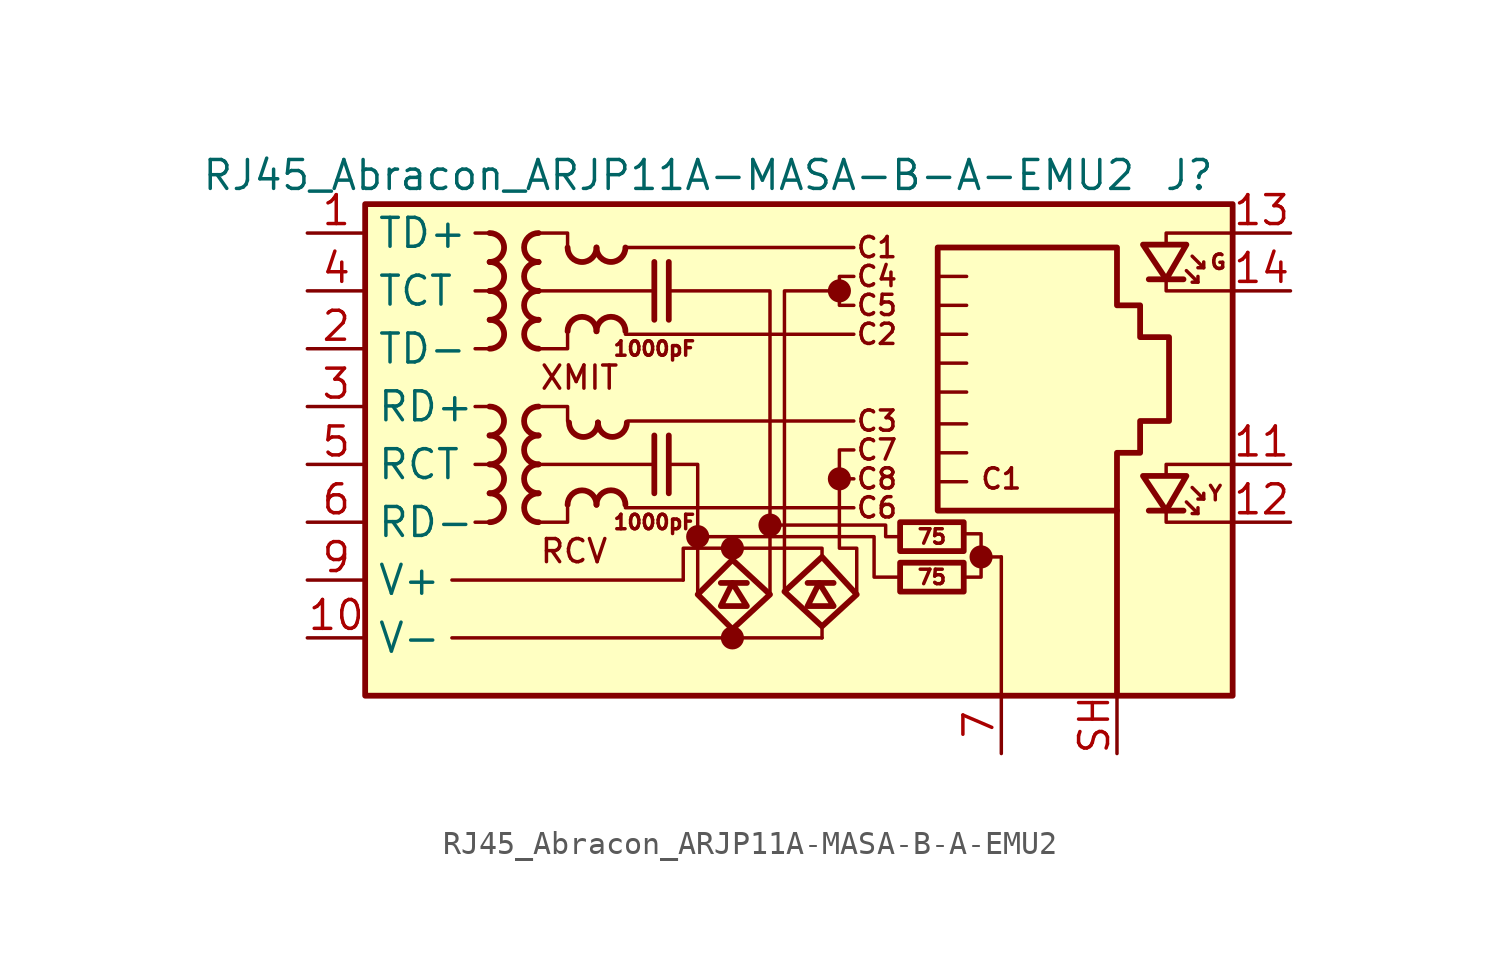
<source format=kicad_sym>
(kicad_symbol_lib
  (version 20241209)
  (generator "kicad_symbol_editor")
  (generator_version "9.0")
  (symbol "RJ45_Abracon_ARJP11A-MASA-B-A-EMU2"
    (property "Reference" "J"
      (at 18.415 12.7 0)
      (effects (font (size 1.27 1.27))))
    (property "Value" "RJ45_Abracon_ARJP11A-MASA-B-A-EMU2"
      (at -4.445 12.7 0)
      (effects (font (size 1.27 1.27))))
    (symbol "RJ45_Abracon_ARJP11A-MASA-B-A-EMU2_0_0"
      (polyline (pts (xy -5.08 8.89) (xy -5.08 6.35)) (stroke (width 0.254) (type default)) (fill (type none)))
      (polyline (pts (xy -5.08 1.27) (xy -5.08 -1.27)) (stroke (width 0.254) (type default)) (fill (type none)))
      (polyline (pts (xy -4.445 8.89) (xy -4.445 6.35)) (stroke (width 0.254) (type default)) (fill (type none)))
      (polyline (pts (xy -4.445 1.27) (xy -4.445 -1.27)) (stroke (width 0.254) (type default)) (fill (type none)))
      (circle (center -3.175 -3.175) (radius 0.0001) (stroke (width 0.508) (type default)) (fill (type none)))
      (circle (center -1.651 -3.683) (radius 0.0001) (stroke (width 0.508) (type default)) (fill (type none)))
      (circle (center -1.651 -7.62) (radius 0.0001) (stroke (width 0.508) (type default)) (fill (type none)))
      (circle (center 0 -2.667) (radius 0.0001) (stroke (width 0.508) (type default)) (fill (type none)))
      (circle (center 3.048 7.62) (radius 0.0001) (stroke (width 0.508) (type default)) (fill (type none)))
      (circle (center 3.048 -0.635) (radius 0.0001) (stroke (width 0.508) (type default)) (fill (type none)))
      (polyline (pts (xy 3.683 8.255) (xy 3.048 8.255) (xy 3.048 6.985) (xy 3.683 6.985)) (stroke (width 0) (type default)) (fill (type none)))
      (polyline (pts (xy 3.683 0.635) (xy 3.048 0.635) (xy 3.048 -0.635) (xy 3.683 -0.635)) (stroke (width 0) (type default)) (fill (type none)))
      (polyline (pts (xy 8.636 -4.953) (xy 9.271 -4.953) (xy 9.271 -3.048) (xy 8.636 -3.048)) (stroke (width 0) (type default)) (fill (type none)))
      (polyline (pts (xy 9.271 -4.064) (xy 10.16 -4.064)) (stroke (width 0) (type default)) (fill (type none)))
      (circle (center 9.271 -4.064) (radius 0.0001) (stroke (width 0.508) (type default)) (fill (type none)))
      (polyline (pts (xy 17.399 9.652) (xy 17.399 10.16) (xy 20.32 10.16)) (stroke (width 0) (type default)) (fill (type none)))
      (polyline (pts (xy 17.399 -0.508) (xy 17.399 0) (xy 20.32 0)) (stroke (width 0) (type default)) (fill (type none)))
      (polyline (pts (xy 20.32 7.62) (xy 17.399 7.62) (xy 17.399 8.128)) (stroke (width 0) (type default)) (fill (type none)))
      (polyline (pts (xy 20.32 -2.54) (xy 17.399 -2.54) (xy 17.399 -2.032)) (stroke (width 0) (type default)) (fill (type none)))
      (text "XMIT" (at -10.16 3.81 0) (effects (font (size 1.016 1.016)) (justify left)))
      (text "RCV" (at -10.16 -3.81 0) (effects (font (size 1.016 1.016)) (justify left)))
      (text "C1" (at 4.699 9.525 0) (effects (font (size 0.889 0.889))))
      (text "C4" (at 4.699 8.255 0) (effects (font (size 0.889 0.889))))
      (text "C5" (at 4.699 6.985 0) (effects (font (size 0.889 0.889))))
      (text "C2" (at 4.699 5.715 0) (effects (font (size 0.889 0.889))))
      (text "C3" (at 4.699 1.905 0) (effects (font (size 0.889 0.889))))
      (text "C7" (at 4.699 0.635 0) (effects (font (size 0.889 0.889))))
      (text "C8" (at 4.699 -0.635 0) (effects (font (size 0.889 0.889))))
      (text "C6" (at 4.699 -1.905 0) (effects (font (size 0.889 0.889))))
      (text "C1" (at 10.16 -0.635 0) (effects (font (size 0.889 0.889)))))
    (symbol "RJ45_Abracon_ARJP11A-MASA-B-A-EMU2_0_1"
      (rectangle (start -17.78 11.43) (end 20.32 -10.16) (stroke (width 0.254) (type default)) (fill (type background)))
      (polyline (pts (xy -12.316 10.16) (xy -12.951 10.16)) (stroke (width 0) (type default)) (fill (type none)))
      (polyline (pts (xy -12.316 7.62) (xy -12.951 7.62)) (stroke (width 0) (type default)) (fill (type none)))
      (polyline (pts (xy -12.316 5.08) (xy -12.951 5.08)) (stroke (width 0) (type default)) (fill (type none)))
      (polyline (pts (xy -12.316 2.54) (xy -12.951 2.54)) (stroke (width 0) (type default)) (fill (type none)))
      (polyline (pts (xy -12.316 0) (xy -12.951 0)) (stroke (width 0) (type default)) (fill (type none)))
      (polyline (pts (xy -12.316 -2.54) (xy -12.951 -2.54)) (stroke (width 0) (type default)) (fill (type none)))
      (polyline (pts (xy -10.16 10.16) (xy -8.89 10.16) (xy -8.89 9.525)) (stroke (width 0) (type default)) (fill (type none)))
      (polyline (pts (xy -10.16 2.54) (xy -8.89 2.54) (xy -8.89 1.905)) (stroke (width 0) (type default)) (fill (type none)))
      (polyline (pts (xy -8.89 5.715) (xy -8.89 5.08) (xy -10.16 5.08)) (stroke (width 0) (type default)) (fill (type none)))
      (polyline (pts (xy -8.89 -1.905) (xy -8.89 -2.54) (xy -10.16 -2.54)) (stroke (width 0) (type default)) (fill (type none)))
      (polyline (pts (xy -6.35 9.525) (xy 3.683 9.525)) (stroke (width 0) (type default)) (fill (type none)))
      (polyline (pts (xy -6.35 5.715) (xy 3.683 5.715)) (stroke (width 0) (type default)) (fill (type none)))
      (polyline (pts (xy -6.35 -1.905) (xy 3.683 -1.905)) (stroke (width 0) (type default)) (fill (type none)))
      (polyline (pts (xy -6.223 1.905) (xy 3.683 1.905)) (stroke (width 0) (type default)) (fill (type none)))
      (polyline (pts (xy -5.08 7.62) (xy -10.16 7.62)) (stroke (width 0) (type default)) (fill (type none)))
      (polyline (pts (xy -5.08 0) (xy -10.16 0)) (stroke (width 0) (type default)) (fill (type none)))
      (polyline (pts (xy -4.445 7.62) (xy 0 7.62) (xy 0 -5.715)) (stroke (width 0) (type default)) (fill (type none)))
      (polyline (pts (xy -4.445 0) (xy -3.175 0) (xy -3.175 -5.715)) (stroke (width 0) (type default)) (fill (type none)))
      (polyline (pts (xy 7.366 5.715) (xy 8.636 5.715)) (stroke (width 0) (type default)) (fill (type none)))
      (polyline (pts (xy 7.366 4.445) (xy 8.636 4.445)) (stroke (width 0) (type default)) (fill (type none)))
      (polyline (pts (xy 7.366 3.175) (xy 8.636 3.175)) (stroke (width 0) (type default)) (fill (type none)))
      (polyline (pts (xy 7.366 1.778) (xy 8.636 1.778)) (stroke (width 0) (type default)) (fill (type none)))
      (polyline (pts (xy 7.366 0.508) (xy 8.636 0.508)) (stroke (width 0) (type default)) (fill (type none)))
      (polyline (pts (xy 8.636 8.255) (xy 7.366 8.255)) (stroke (width 0) (type default)) (fill (type none)))
      (polyline (pts (xy 8.636 6.985) (xy 7.366 6.985)) (stroke (width 0) (type default)) (fill (type none)))
      (polyline (pts (xy 8.636 -0.762) (xy 7.366 -0.762)) (stroke (width 0) (type default)) (fill (type none))))
    (symbol "RJ45_Abracon_ARJP11A-MASA-B-A-EMU2_1_0"
      (text "1000pF" (at -5.08 5.08 0) (effects (font (size 0.635 0.635))))
      (text "1000pF" (at -5.08 -2.54 0) (effects (font (size 0.635 0.635)))))
    (symbol "RJ45_Abracon_ARJP11A-MASA-B-A-EMU2_1_1"
      (polyline (pts (xy -13.97 -5.08) (xy -3.81 -5.08)) (stroke (width 0) (type default)) (fill (type none)))
      (polyline (pts (xy -13.97 -7.62) (xy 2.286 -7.62)) (stroke (width 0) (type default)) (fill (type none)))
      (arc (start -12.3163 2.54) (mid -11.684 1.905) (end -12.3163 1.27) (stroke (width 0.254) (type default)) (fill (type none)))
      (arc (start -12.3136 10.16) (mid -11.6813 9.525) (end -12.3136 8.89) (stroke (width 0.254) (type default)) (fill (type none)))
      (arc (start -12.3136 1.27) (mid -11.6813 0.635) (end -12.3136 0) (stroke (width 0.254) (type default)) (fill (type none)))
      (arc (start -12.3136 0) (mid -11.6813 -0.635) (end -12.3136 -1.27) (stroke (width 0.254) (type default)) (fill (type none)))
      (arc (start -12.3136 -1.27) (mid -11.6813 -1.905) (end -12.3136 -2.54) (stroke (width 0.254) (type default)) (fill (type none)))
      (arc (start -12.3109 8.89) (mid -11.6786 8.255) (end -12.3109 7.62) (stroke (width 0.254) (type default)) (fill (type none)))
      (arc (start -12.3109 7.62) (mid -11.6786 6.985) (end -12.3109 6.35) (stroke (width 0.254) (type default)) (fill (type none)))
      (arc (start -12.3109 6.35) (mid -11.6786 5.715) (end -12.3109 5.08) (stroke (width 0.254) (type default)) (fill (type none)))
      (arc (start -10.1654 8.89) (mid -10.7977 9.525) (end -10.1654 10.16) (stroke (width 0.254) (type default)) (fill (type none)))
      (arc (start -10.1654 7.62) (mid -10.7977 8.255) (end -10.1654 8.89) (stroke (width 0.254) (type default)) (fill (type none)))
      (arc (start -10.1654 6.35) (mid -10.7977 6.985) (end -10.1654 7.62) (stroke (width 0.254) (type default)) (fill (type none)))
      (arc (start -10.1654 1.27) (mid -10.7977 1.905) (end -10.1654 2.54) (stroke (width 0.254) (type default)) (fill (type none)))
      (arc (start -10.1654 0) (mid -10.7977 0.635) (end -10.1654 1.27) (stroke (width 0.254) (type default)) (fill (type none)))
      (arc (start -10.1654 -1.27) (mid -10.7977 -0.635) (end -10.1654 0) (stroke (width 0.254) (type default)) (fill (type none)))
      (arc (start -10.1627 5.08) (mid -10.795 5.715) (end -10.1627 6.35) (stroke (width 0.254) (type default)) (fill (type none)))
      (arc (start -10.1627 -2.54) (mid -10.795 -1.905) (end -10.1627 -1.27) (stroke (width 0.254) (type default)) (fill (type none)))
      (arc (start -7.62 9.5223) (mid -8.255 8.89) (end -8.89 9.5223) (stroke (width 0.254) (type default)) (fill (type none)))
      (arc (start -8.89 5.8447) (mid -8.255 6.477) (end -7.62 5.8447) (stroke (width 0.254) (type default)) (fill (type none)))
      (arc (start -8.89 -1.7753) (mid -8.255 -1.143) (end -7.62 -1.7753) (stroke (width 0.254) (type default)) (fill (type none)))
      (arc (start -7.5565 1.8388) (mid -8.1915 1.2065) (end -8.8265 1.8388) (stroke (width 0.254) (type default)) (fill (type none)))
      (arc (start -6.35 9.525) (mid -6.985 8.8927) (end -7.62 9.525) (stroke (width 0.254) (type default)) (fill (type none)))
      (arc (start -7.62 5.8474) (mid -6.985 6.4797) (end -6.35 5.8474) (stroke (width 0.254) (type default)) (fill (type none)))
      (arc (start -7.62 -1.7726) (mid -6.985 -1.1403) (end -6.35 -1.7726) (stroke (width 0.254) (type default)) (fill (type none)))
      (arc (start -6.2865 1.8415) (mid -6.9215 1.2092) (end -7.5565 1.8415) (stroke (width 0.254) (type default)) (fill (type none)))
      (polyline (pts (xy -3.81 -5.08) (xy -3.81 -3.683) (xy -1.651 -3.683)) (stroke (width 0) (type default)) (fill (type none)))
      (polyline (pts (xy -2.159 -5.207) (xy -1.016 -5.207)) (stroke (width 0.254) (type default)) (fill (type none)))
      (polyline (pts (xy -2.159 -6.223) (xy -1.016 -6.223) (xy -1.651 -5.207) (xy -2.159 -6.223)) (stroke (width 0.254) (type default)) (fill (type none)))
      (polyline (pts (xy -1.905 -3.683) (xy -1.651 -3.683) (xy -1.651 -4.191)) (stroke (width 0) (type default)) (fill (type none)))
      (polyline (pts (xy -1.651 -3.683) (xy 2.286 -3.683) (xy 2.286 -4.064)) (stroke (width 0) (type default)) (fill (type none)))
      (polyline (pts (xy -1.651 -4.191) (xy -3.175 -5.715) (xy -1.651 -7.239) (xy 0 -5.715) (xy -1.651 -4.191)) (stroke (width 0.254) (type default)) (fill (type none)))
      (polyline (pts (xy -1.651 -7.239) (xy -1.651 -7.493)) (stroke (width 0) (type default)) (fill (type none)))
      (polyline (pts (xy 1.651 -5.207) (xy 2.794 -5.207)) (stroke (width 0.254) (type default)) (fill (type none)))
      (polyline (pts (xy 1.651 -6.223) (xy 2.794 -6.223) (xy 2.159 -5.207) (xy 1.651 -6.223)) (stroke (width 0.254) (type default)) (fill (type none)))
      (polyline (pts (xy 2.286 -4.064) (xy 0.635 -5.588) (xy 2.286 -7.112) (xy 3.81 -5.715) (xy 2.286 -4.064)) (stroke (width 0.254) (type default)) (fill (type none)))
      (polyline (pts (xy 2.286 -7.112) (xy 2.286 -7.62)) (stroke (width 0) (type default)) (fill (type none)))
      (polyline (pts (xy 3.048 7.62) (xy 0.635 7.62) (xy 0.635 -5.588)) (stroke (width 0) (type default)) (fill (type none)))
      (polyline (pts (xy 3.048 -0.508) (xy 3.048 -3.683) (xy 3.81 -3.683) (xy 3.81 -5.715)) (stroke (width 0) (type default)) (fill (type none)))
      (polyline (pts (xy 5.715 -3.175) (xy 5.08 -3.175) (xy 5.08 -2.667) (xy 0 -2.667)) (stroke (width 0) (type default)) (fill (type none)))
      (polyline (pts (xy 5.715 -4.953) (xy 4.572 -4.953) (xy 4.572 -3.175) (xy -3.175 -3.175)) (stroke (width 0) (type default)) (fill (type none)))
      (polyline (pts (xy 7.366 -2.032) (xy 7.366 9.525) (xy 15.24 9.525) (xy 15.24 6.985) (xy 16.256 6.985) (xy 16.256 5.588) (xy 17.526 5.588) (xy 17.526 1.905) (xy 16.256 1.905) (xy 16.256 0.508) (xy 15.24 0.508) (xy 15.24 -2.032) (xy 7.366 -2.032)) (stroke (width 0.254) (type default)) (fill (type none)))
      (rectangle (start 8.509 -3.81) (end 5.715 -2.54) (stroke (width 0.254) (type default)) (fill (type none)))
      (rectangle (start 8.509 -5.588) (end 5.715 -4.318) (stroke (width 0.254) (type default)) (fill (type none)))
      (polyline (pts (xy 10.16 -4.064) (xy 10.16 -10.16)) (stroke (width 0) (type default)) (fill (type none)))
      (polyline (pts (xy 15.24 -10.16) (xy 15.24 -2.032)) (stroke (width 0.254) (type default)) (fill (type none)))
      (polyline (pts (xy 18.161 8.128) (xy 16.637 8.128)) (stroke (width 0.254) (type default)) (fill (type none)))
      (polyline (pts (xy 18.161 -2.032) (xy 16.637 -2.032)) (stroke (width 0.254) (type default)) (fill (type none)))
      (polyline (pts (xy 18.288 9.652) (xy 16.383 9.652) (xy 17.399 8.128) (xy 18.288 9.652)) (stroke (width 0.254) (type default)) (fill (type none)))
      (polyline (pts (xy 18.288 8.509) (xy 18.796 8.001) (xy 18.542 8.001)) (stroke (width 0) (type default)) (fill (type none)))
      (polyline (pts (xy 18.288 -0.508) (xy 16.383 -0.508) (xy 17.399 -2.032) (xy 18.288 -0.508)) (stroke (width 0.254) (type default)) (fill (type none)))
      (polyline (pts (xy 18.288 -1.651) (xy 18.796 -2.159) (xy 18.542 -2.159)) (stroke (width 0) (type default)) (fill (type none)))
      (polyline (pts (xy 18.542 9.144) (xy 19.05 8.636) (xy 18.796 8.636)) (stroke (width 0) (type default)) (fill (type none)))
      (polyline (pts (xy 18.542 -1.016) (xy 19.05 -1.524) (xy 18.796 -1.524)) (stroke (width 0) (type default)) (fill (type none)))
      (polyline (pts (xy 18.796 8.001) (xy 18.796 8.255)) (stroke (width 0) (type default)) (fill (type none)))
      (polyline (pts (xy 18.796 -2.159) (xy 18.796 -1.905)) (stroke (width 0) (type default)) (fill (type none)))
      (polyline (pts (xy 19.05 8.636) (xy 19.05 8.89)) (stroke (width 0) (type default)) (fill (type none)))
      (polyline (pts (xy 19.05 -1.524) (xy 19.05 -1.27)) (stroke (width 0) (type default)) (fill (type none)))
      (text "75" (at 7.112 -3.175 0) (effects (font (size 0.635 0.635))))
      (text "75" (at 7.112 -4.953 0) (effects (font (size 0.635 0.635))))
      (text "Y" (at 19.558 -1.27 0) (effects (font (size 0.635 0.635))))
      (text "G" (at 19.685 8.89 0) (effects (font (size 0.635 0.635))))
      (pin passive line (at -20.32 10.16 0) (length 2.54) (name "TD+" (effects (font (size 1.27 1.27)))) (number "1" (effects (font (size 1.27 1.27)))))
      (pin passive line (at -20.32 7.62 0) (length 2.54) (name "TCT" (effects (font (size 1.27 1.27)))) (number "4" (effects (font (size 1.27 1.27)))))
      (pin passive line (at -20.32 5.08 0) (length 2.54) (name "TD-" (effects (font (size 1.27 1.27)))) (number "2" (effects (font (size 1.27 1.27)))))
      (pin passive line (at -20.32 2.54 0) (length 2.54) (name "RD+" (effects (font (size 1.27 1.27)))) (number "3" (effects (font (size 1.27 1.27)))))
      (pin passive line (at -20.32 0 0) (length 2.54) (name "RCT" (effects (font (size 1.27 1.27)))) (number "5" (effects (font (size 1.27 1.27)))))
      (pin passive line (at -20.32 -2.54 0) (length 2.54) (name "RD-" (effects (font (size 1.27 1.27)))) (number "6" (effects (font (size 1.27 1.27)))))
      (pin power_out line (at -20.32 -5.08 0) (length 2.54) (name "V+" (effects (font (size 1.27 1.27)))) (number "9" (effects (font (size 1.27 1.27)))))
      (pin power_out line (at -20.32 -7.62 0) (length 2.54) (name "V-" (effects (font (size 1.27 1.27)))) (number "10" (effects (font (size 1.27 1.27)))))
      (pin power_in line (at 10.16 -12.7 90) (length 2.54) (name "" (effects (font (size 1.27 1.27)))) (number "7" (effects (font (size 1.27 1.27)))))
      (pin passive line (at 15.24 -12.7 90) (length 2.54) (name "" (effects (font (size 1.27 1.27)))) (number "SH" (effects (font (size 1.27 1.27)))))
      (pin no_connect line (at 20.32 5.08 0) (length 0) (hide yes) (name "NC" (effects (font (size 1.27 1.27)))) (number "8" (effects (font (size 1.27 1.27)))))
      (pin passive line (at 22.86 10.16 180) (length 2.54) (name "" (effects (font (size 1.27 1.27)))) (number "13" (effects (font (size 1.27 1.27)))))
      (pin passive line (at 22.86 7.62 180) (length 2.54) (name "" (effects (font (size 1.27 1.27)))) (number "14" (effects (font (size 1.27 1.27)))))
      (pin passive line (at 22.86 0 180) (length 2.54) (name "" (effects (font (size 1.27 1.27)))) (number "11" (effects (font (size 1.27 1.27)))))
      (pin passive line (at 22.86 -2.54 180) (length 2.54) (name "" (effects (font (size 1.27 1.27)))) (number "12" (effects (font (size 1.27 1.27))))))))
</source>
